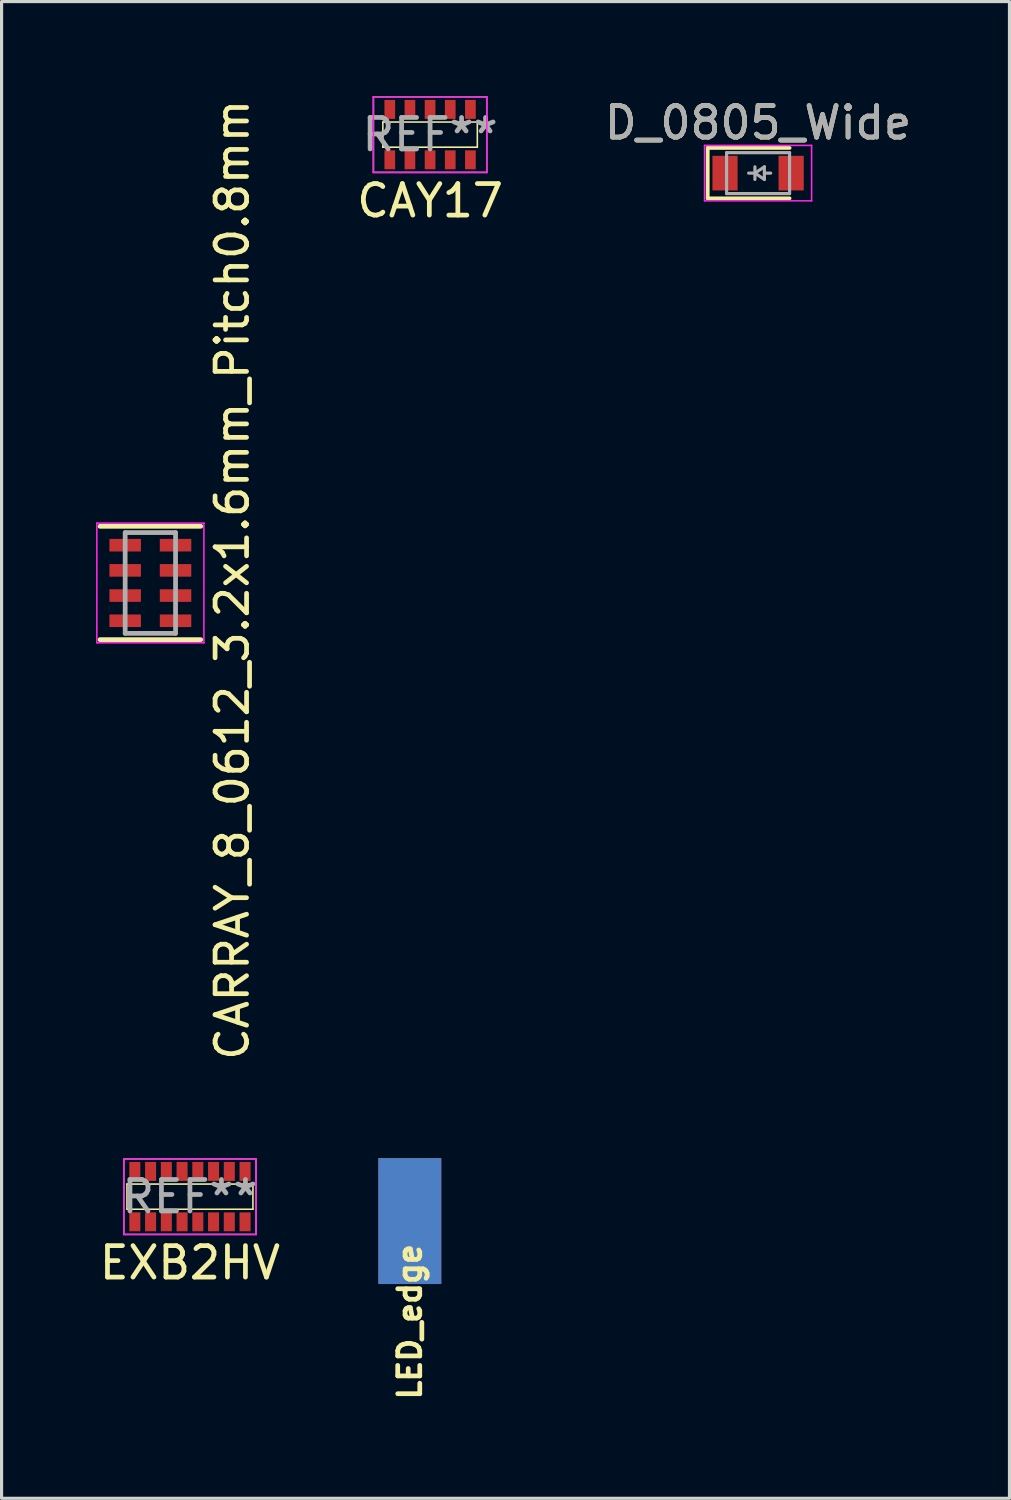
<source format=kicad_pcb>
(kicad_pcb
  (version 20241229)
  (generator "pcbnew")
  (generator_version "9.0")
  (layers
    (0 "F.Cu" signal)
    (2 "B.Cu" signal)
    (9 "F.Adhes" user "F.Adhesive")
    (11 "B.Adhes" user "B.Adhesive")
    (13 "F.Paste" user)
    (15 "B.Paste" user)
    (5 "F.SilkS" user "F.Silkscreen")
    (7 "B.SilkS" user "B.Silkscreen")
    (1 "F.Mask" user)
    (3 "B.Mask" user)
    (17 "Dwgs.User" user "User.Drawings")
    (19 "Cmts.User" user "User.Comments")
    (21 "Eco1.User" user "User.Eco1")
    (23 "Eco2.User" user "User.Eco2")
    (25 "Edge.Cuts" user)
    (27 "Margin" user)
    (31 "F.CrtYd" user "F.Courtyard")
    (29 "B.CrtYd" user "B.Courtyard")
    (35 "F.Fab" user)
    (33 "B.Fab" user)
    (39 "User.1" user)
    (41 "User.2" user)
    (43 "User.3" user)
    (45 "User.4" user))
  (footprint "CAY17"
    (layer "F.Cu")
    (at 10.608 1.225)
    (property "Reference" "CAY17" (at 0 2.1 0) (layer "F.SilkS") (effects (font (size 1 1) (thickness 0.15))))
    (attr smd)
    (fp_line (start -1.5 -0.4) (end 1.5 -0.4) (stroke (width 0.05) (type solid)) (layer "F.SilkS"))
    (fp_line (start -1.5 0.4) (end -1.5 -0.4) (stroke (width 0.05) (type solid)) (layer "F.SilkS"))
    (fp_line (start 1.5 -0.4) (end 1.5 0.4) (stroke (width 0.05) (type solid)) (layer "F.SilkS"))
    (fp_line (start 1.5 0.4) (end -1.5 0.4) (stroke (width 0.05) (type solid)) (layer "F.SilkS"))
    (fp_line (start -1.8 -1.2) (end 1.8 -1.2) (stroke (width 0.05) (type solid)) (layer "F.CrtYd"))
    (fp_line (start -1.8 1.2) (end -1.8 -1.2) (stroke (width 0.05) (type solid)) (layer "F.CrtYd"))
    (fp_line (start 1.8 -1.2) (end 1.8 1.2) (stroke (width 0.05) (type solid)) (layer "F.CrtYd"))
    (fp_line (start 1.8 1.2) (end -1.8 1.2) (stroke (width 0.05) (type solid)) (layer "F.CrtYd"))
    (fp_line (start -1.8 -1.2) (end 1.8 -1.2) (stroke (width 0.05) (type solid)) (layer "F.Fab"))
    (fp_line (start -1.8 1.2) (end -1.8 -1.2) (stroke (width 0.05) (type solid)) (layer "F.Fab"))
    (fp_line (start 1.8 -1.2) (end 1.8 1.2) (stroke (width 0.05) (type solid)) (layer "F.Fab"))
    (fp_line (start 1.8 1.2) (end -1.8 1.2) (stroke (width 0.05) (type solid)) (layer "F.Fab"))
    (fp_text user "REF**" (at 0 0 0) (layer "F.Fab") (effects (font (size 1 1) (thickness 0.15))))
    (pad "1" smd rect (at -1.28 0.8) (size 0.34 0.6) (layers "F.Cu" "F.Mask" "F.Paste"))
    (pad "2" smd rect (at -0.64 0.8) (size 0.34 0.6) (layers "F.Cu" "F.Mask" "F.Paste"))
    (pad "3" smd rect (at 0 0.8) (size 0.34 0.6) (layers "F.Cu" "F.Mask" "F.Paste"))
    (pad "4" smd rect (at 0.64 0.8) (size 0.34 0.6) (layers "F.Cu" "F.Mask" "F.Paste"))
    (pad "5" smd rect (at 1.28 0.8) (size 0.34 0.6) (layers "F.Cu" "F.Mask" "F.Paste"))
    (pad "6" smd rect (at 1.28 -0.8) (size 0.34 0.6) (layers "F.Cu" "F.Mask" "F.Paste"))
    (pad "7" smd rect (at 0.64 -0.8) (size 0.34 0.6) (layers "F.Cu" "F.Mask" "F.Paste"))
    (pad "8" smd rect (at 0 -0.8) (size 0.34 0.6) (layers "F.Cu" "F.Mask" "F.Paste"))
    (pad "9" smd rect (at -0.64 -0.8) (size 0.34 0.6) (layers "F.Cu" "F.Mask" "F.Paste"))
    (pad "10" smd rect (at -1.28 -0.8) (size 0.34 0.6) (layers "F.Cu" "F.Mask" "F.Paste")))
  (footprint "EXB2HV"
    (layer "F.Cu")
    (at 2.982 34.951)
    (property "Reference" "EXB2HV" (at 0 2.1 0) (layer "F.SilkS") (effects (font (size 1 1) (thickness 0.15))))
    (attr smd)
    (fp_line (start -2 -0.4) (end 2 -0.4) (stroke (width 0.05) (type solid)) (layer "F.SilkS"))
    (fp_line (start -2 0.4) (end -2 -0.4) (stroke (width 0.05) (type solid)) (layer "F.SilkS"))
    (fp_line (start 2 -0.4) (end 2 0.4) (stroke (width 0.05) (type solid)) (layer "F.SilkS"))
    (fp_line (start 2 0.4) (end -2 0.4) (stroke (width 0.05) (type solid)) (layer "F.SilkS"))
    (fp_line (start -2.1 -1.2) (end 2.1 -1.2) (stroke (width 0.05) (type solid)) (layer "F.CrtYd"))
    (fp_line (start -2.1 1.2) (end -2.1 -1.2) (stroke (width 0.05) (type solid)) (layer "F.CrtYd"))
    (fp_line (start 2.1 -1.2) (end 2.1 1.2) (stroke (width 0.05) (type solid)) (layer "F.CrtYd"))
    (fp_line (start 2.1 1.2) (end -2.1 1.2) (stroke (width 0.05) (type solid)) (layer "F.CrtYd"))
    (fp_line (start -2.1 -1.2) (end 2.1 -1.2) (stroke (width 0.05) (type solid)) (layer "F.Fab"))
    (fp_line (start -2.1 1.2) (end -2.1 -1.2) (stroke (width 0.05) (type solid)) (layer "F.Fab"))
    (fp_line (start 2.1 -1.2) (end 2.1 1.2) (stroke (width 0.05) (type solid)) (layer "F.Fab"))
    (fp_line (start 2.1 1.2) (end -2.1 1.2) (stroke (width 0.05) (type solid)) (layer "F.Fab"))
    (fp_text user "REF**" (at 0 0 0) (layer "F.Fab") (effects (font (size 1 1) (thickness 0.15))))
    (pad "1" smd rect (at -1.75 0.8) (size 0.35 0.6) (layers "F.Cu" "F.Mask" "F.Paste"))
    (pad "2" smd rect (at -1.25 0.8) (size 0.35 0.6) (layers "F.Cu" "F.Mask" "F.Paste"))
    (pad "3" smd rect (at -0.75 0.8) (size 0.35 0.6) (layers "F.Cu" "F.Mask" "F.Paste"))
    (pad "4" smd rect (at -0.25 0.8) (size 0.35 0.6) (layers "F.Cu" "F.Mask" "F.Paste"))
    (pad "5" smd rect (at 0.25 0.8) (size 0.35 0.6) (layers "F.Cu" "F.Mask" "F.Paste"))
    (pad "6" smd rect (at 0.75 0.8) (size 0.35 0.6) (layers "F.Cu" "F.Mask" "F.Paste"))
    (pad "7" smd rect (at 1.25 0.8) (size 0.35 0.6) (layers "F.Cu" "F.Mask" "F.Paste"))
    (pad "8" smd rect (at 1.75 0.8) (size 0.35 0.6) (layers "F.Cu" "F.Mask" "F.Paste"))
    (pad "9" smd rect (at 1.75 -0.8) (size 0.35 0.6) (layers "F.Cu" "F.Mask" "F.Paste"))
    (pad "10" smd rect (at 1.25 -0.8) (size 0.35 0.6) (layers "F.Cu" "F.Mask" "F.Paste"))
    (pad "11" smd rect (at 0.75 -0.8) (size 0.35 0.6) (layers "F.Cu" "F.Mask" "F.Paste"))
    (pad "12" smd rect (at 0.25 -0.8) (size 0.35 0.6) (layers "F.Cu" "F.Mask" "F.Paste"))
    (pad "13" smd rect (at -0.25 -0.8) (size 0.35 0.6) (layers "F.Cu" "F.Mask" "F.Paste"))
    (pad "14" smd rect (at -0.75 -0.8) (size 0.35 0.6) (layers "F.Cu" "F.Mask" "F.Paste"))
    (pad "15" smd rect (at -1.25 -0.8) (size 0.35 0.6) (layers "F.Cu" "F.Mask" "F.Paste"))
    (pad "16" smd rect (at -1.75 -0.8) (size 0.35 0.6) (layers "F.Cu" "F.Mask" "F.Paste")))
  (footprint "D_0805_Wide"
    (layer "F.Cu")
    (at 21.024 2.448)
    (property "Reference" "D_0805_Wide" (at 0 -1.6 0) (layer "F.SilkS") (effects (font (size 1 1) (thickness 0.15))))
    (attr smd)
    (fp_line (start -1.6 -0.8) (end -1.6 0.8) (stroke (width 0.12) (type solid)) (layer "F.SilkS"))
    (fp_line (start -1.6 -0.8) (end 1 -0.8) (stroke (width 0.12) (type solid)) (layer "F.SilkS"))
    (fp_line (start -1.6 0.8) (end 1 0.8) (stroke (width 0.12) (type solid)) (layer "F.SilkS"))
    (fp_line (start -1.7 -0.88) (end 1.7 -0.88) (stroke (width 0.05) (type solid)) (layer "F.CrtYd"))
    (fp_line (start -1.7 0.88) (end -1.7 -0.88) (stroke (width 0.05) (type solid)) (layer "F.CrtYd"))
    (fp_line (start 1.7 -0.88) (end 1.7 0.88) (stroke (width 0.05) (type solid)) (layer "F.CrtYd"))
    (fp_line (start 1.7 0.88) (end -1.7 0.88) (stroke (width 0.05) (type solid)) (layer "F.CrtYd"))
    (fp_line (start -1 -0.65) (end 1 -0.65) (stroke (width 0.1) (type solid)) (layer "F.Fab"))
    (fp_line (start -1 0.65) (end -1 -0.65) (stroke (width 0.1) (type solid)) (layer "F.Fab"))
    (fp_line (start -0.1 -0.2) (end -0.1 0.2) (stroke (width 0.1) (type solid)) (layer "F.Fab"))
    (fp_line (start -0.1 0) (end -0.3 0) (stroke (width 0.1) (type solid)) (layer "F.Fab"))
    (fp_line (start -0.1 0) (end 0.2 0.2) (stroke (width 0.1) (type solid)) (layer "F.Fab"))
    (fp_line (start 0.2 -0.2) (end -0.1 0) (stroke (width 0.1) (type solid)) (layer "F.Fab"))
    (fp_line (start 0.2 0) (end 0.4 0) (stroke (width 0.1) (type solid)) (layer "F.Fab"))
    (fp_line (start 0.2 0.2) (end 0.2 -0.2) (stroke (width 0.1) (type solid)) (layer "F.Fab"))
    (fp_line (start 1 -0.65) (end 1 0.65) (stroke (width 0.1) (type solid)) (layer "F.Fab"))
    (fp_line (start 1 0.65) (end -1 0.65) (stroke (width 0.1) (type solid)) (layer "F.Fab"))
    (fp_text user "${REFERENCE}" (at 0 -1.6 0) (layer "F.Fab") (effects (font (size 1 1) (thickness 0.15))))
    (pad "1" smd rect (at -1.05 0) (size 0.8 1.1) (layers "F.Cu" "F.Mask" "F.Paste"))
    (pad "2" smd rect (at 1.05 0) (size 0.8 1.1) (layers "F.Cu" "F.Mask" "F.Paste")))
  (footprint "CARRAY_8_0612_3.2x1.6mm_Pitch0.8mm"
    (layer "F.Cu")
    (at 1.725 15.463)
    (property "Reference" "CARRAY_8_0612_3.2x1.6mm_Pitch0.8mm" (at 2.6 -0.1 90) (layer "F.SilkS") (effects (font (size 1 1) (thickness 0.15))))
    (attr smd)
    (fp_line (start -1.6 -1.8) (end 1.6 -1.8) (stroke (width 0.15) (type solid)) (layer "F.SilkS"))
    (fp_line (start -1.6 1.8) (end 1.6 1.8) (stroke (width 0.15) (type solid)) (layer "F.SilkS"))
    (fp_line (start -1.7 -1.9) (end -1.7 1.9) (stroke (width 0.05) (type solid)) (layer "F.CrtYd"))
    (fp_line (start -1.7 -1.9) (end 1.7 -1.9) (stroke (width 0.05) (type solid)) (layer "F.CrtYd"))
    (fp_line (start -1.7 1.9) (end 1.7 1.9) (stroke (width 0.05) (type solid)) (layer "F.CrtYd"))
    (fp_line (start 1.7 -1.9) (end 1.7 1.9) (stroke (width 0.05) (type solid)) (layer "F.CrtYd"))
    (fp_line (start -0.8 -1.6) (end 0.8 -1.6) (stroke (width 0.15) (type solid)) (layer "F.Fab"))
    (fp_line (start -0.8 1.6) (end -0.8 -1.6) (stroke (width 0.15) (type solid)) (layer "F.Fab"))
    (fp_line (start 0.8 -1.6) (end 0.8 1.6) (stroke (width 0.15) (type solid)) (layer "F.Fab"))
    (fp_line (start 0.8 1.6) (end -0.8 1.6) (stroke (width 0.15) (type solid)) (layer "F.Fab"))
    (pad "1" smd rect (at -0.8 -1.2) (size 1 0.4) (layers "F.Cu" "F.Mask" "F.Paste"))
    (pad "2" smd rect (at -0.8 -0.4) (size 1 0.4) (layers "F.Cu" "F.Mask" "F.Paste"))
    (pad "3" smd rect (at -0.8 0.4) (size 1 0.4) (layers "F.Cu" "F.Mask" "F.Paste"))
    (pad "4" smd rect (at -0.8 1.2) (size 1 0.4) (layers "F.Cu" "F.Mask" "F.Paste"))
    (pad "5" smd rect (at 0.8 1.2) (size 1 0.4) (layers "F.Cu" "F.Mask" "F.Paste"))
    (pad "6" smd rect (at 0.8 0.4) (size 1 0.4) (layers "F.Cu" "F.Mask" "F.Paste"))
    (pad "7" smd rect (at 0.8 -0.4) (size 1 0.4) (layers "F.Cu" "F.Mask" "F.Paste"))
    (pad "8" smd rect (at 0.8 -1.2) (size 1 0.4) (layers "F.Cu" "F.Mask" "F.Paste")))
  (footprint "LED_edge"
    (layer "F.Cu")
    (at 9.964 37.726)
    (property "Reference" "LED_edge" (at 0 1.2 90) (layer "F.SilkS") (effects (font (size 0.7 0.7) (thickness 0.15))))
    (attr through_hole)
    (pad "1" smd rect (at 0 -2) (size 2 4) (layers "F.Cu" "F.Mask" "F.Paste"))
    (pad "2" smd rect (at 0 -2) (size 2 4) (layers "B.Cu" "B.Mask" "B.Paste")))
  (gr_rect
    (start -3 -3)
    (end 29.007 44.531)
    (stroke (width 0.1) (type default))
    (fill no)
    (layer "Edge.Cuts")))
</source>
